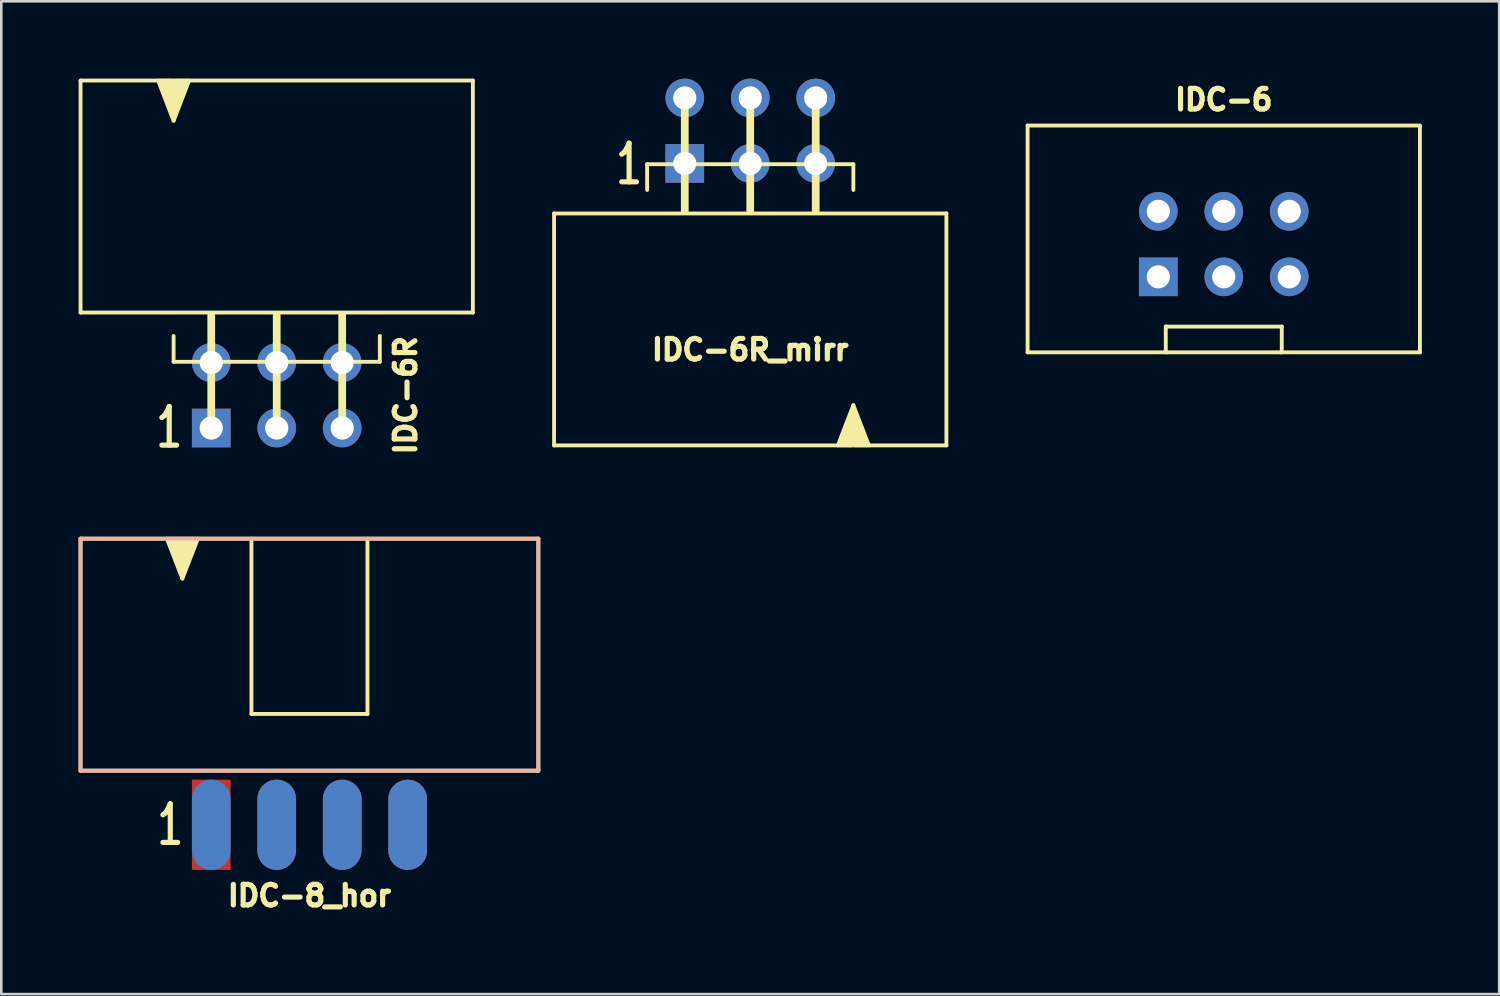
<source format=kicad_pcb>
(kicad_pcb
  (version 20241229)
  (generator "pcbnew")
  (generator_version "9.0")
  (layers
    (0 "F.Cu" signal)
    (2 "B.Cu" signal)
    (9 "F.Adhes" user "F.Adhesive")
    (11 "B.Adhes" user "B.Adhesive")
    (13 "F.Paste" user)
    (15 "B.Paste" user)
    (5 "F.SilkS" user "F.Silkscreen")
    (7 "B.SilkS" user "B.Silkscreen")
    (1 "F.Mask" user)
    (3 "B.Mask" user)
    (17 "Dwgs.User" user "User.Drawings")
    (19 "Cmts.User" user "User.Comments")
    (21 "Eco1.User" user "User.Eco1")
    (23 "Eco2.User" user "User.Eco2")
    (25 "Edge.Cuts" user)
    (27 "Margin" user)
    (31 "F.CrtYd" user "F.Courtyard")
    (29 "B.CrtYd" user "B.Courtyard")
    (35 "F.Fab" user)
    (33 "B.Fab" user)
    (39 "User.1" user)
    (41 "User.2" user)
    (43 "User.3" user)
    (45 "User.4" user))
  (footprint "IDC-6"
    (layer "F.Cu")
    (at 44.425 6.419)
    (property "Reference" "IDC-6" (at 0 -5.6 0) (layer "F.SilkS") (effects (font (size 0.8 0.8) (thickness 0.2))))
    (attr through_hole)
    (fp_line (start -7.61 4.2) (end -7.61 -4.6) (stroke (width 0.15) (type solid)) (layer "F.SilkS"))
    (fp_line (start -7.61 4.2) (end -2.2 4.2) (stroke (width 0.15) (type solid)) (layer "F.SilkS"))
    (fp_line (start -2.25 3.2) (end -2.25 4.2) (stroke (width 0.15) (type solid)) (layer "F.SilkS"))
    (fp_line (start 2.2 4.2) (end -2.2 4.2) (stroke (width 0.15) (type solid)) (layer "F.SilkS"))
    (fp_line (start 2.25 3.2) (end -2.25 3.2) (stroke (width 0.15) (type solid)) (layer "F.SilkS"))
    (fp_line (start 2.25 3.2) (end 2.25 4.2) (stroke (width 0.15) (type solid)) (layer "F.SilkS"))
    (fp_line (start 7.61 -4.6) (end -7.61 -4.6) (stroke (width 0.15) (type solid)) (layer "F.SilkS"))
    (fp_line (start 7.61 4.2) (end 2.2 4.2) (stroke (width 0.15) (type solid)) (layer "F.SilkS"))
    (fp_line (start 7.61 4.2) (end 7.61 -4.6) (stroke (width 0.15) (type solid)) (layer "F.SilkS"))
    (pad "1" thru_hole rect (at -2.54 1.27) (size 1.5 1.5) (drill 0.9) (layers "*.Cu" "*.Mask"))
    (pad "2" thru_hole circle (at -2.54 -1.27) (size 1.5 1.5) (drill 0.9) (layers "*.Cu" "*.Mask"))
    (pad "3" thru_hole circle (at 0 1.27) (size 1.5 1.5) (drill 0.9) (layers "*.Cu" "*.Mask"))
    (pad "4" thru_hole circle (at 0 -1.27) (size 1.5 1.5) (drill 0.9) (layers "*.Cu" "*.Mask"))
    (pad "5" thru_hole circle (at 2.54 1.27) (size 1.5 1.5) (drill 0.9) (layers "*.Cu" "*.Mask"))
    (pad "6" thru_hole circle (at 2.54 -1.27) (size 1.5 1.5) (drill 0.9) (layers "*.Cu" "*.Mask")))
  (footprint "IDC-8_hor"
    (layer "F.Cu")
    (at 8.955 28.947)
    (property "Reference" "IDC-8_hor" (at 0 2.75 0) (layer "F.SilkS") (effects (font (size 0.8 0.8) (thickness 0.2))))
    (attr through_hole)
    (fp_line (start -8.88 -11.1) (end -8.88 -2.1) (stroke (width 0.15) (type solid)) (layer "F.SilkS"))
    (fp_line (start -5.43 -11.1) (end -4.93 -9.75) (stroke (width 0.15) (type solid)) (layer "F.SilkS"))
    (fp_line (start -4.93 -11) (end -4.93 -11.1) (stroke (width 0.15) (type solid)) (layer "F.SilkS"))
    (fp_line (start -4.93 -10.75) (end -5.03 -11.1) (stroke (width 0.15) (type solid)) (layer "F.SilkS"))
    (fp_line (start -4.93 -10.45) (end -5.13 -11.1) (stroke (width 0.15) (type solid)) (layer "F.SilkS"))
    (fp_line (start -4.93 -10.15) (end -5.23 -11.1) (stroke (width 0.15) (type solid)) (layer "F.SilkS"))
    (fp_line (start -4.93 -9.95) (end -5.33 -11.1) (stroke (width 0.15) (type solid)) (layer "F.SilkS"))
    (fp_line (start -4.93 -9.75) (end -4.43 -11.1) (stroke (width 0.15) (type solid)) (layer "F.SilkS"))
    (fp_line (start -4.93 -9.55) (end -5.53 -11.1) (stroke (width 0.15) (type solid)) (layer "F.SilkS"))
    (fp_line (start -4.83 -11.1) (end -4.93 -10.75) (stroke (width 0.15) (type solid)) (layer "F.SilkS"))
    (fp_line (start -4.73 -11.1) (end -4.93 -10.45) (stroke (width 0.15) (type solid)) (layer "F.SilkS"))
    (fp_line (start -4.63 -11.1) (end -4.93 -10.15) (stroke (width 0.15) (type solid)) (layer "F.SilkS"))
    (fp_line (start -4.53 -11.1) (end -4.93 -9.95) (stroke (width 0.15) (type solid)) (layer "F.SilkS"))
    (fp_line (start -4.33 -11.1) (end -4.93 -9.55) (stroke (width 0.15) (type solid)) (layer "F.SilkS"))
    (fp_line (start -2.25 -11.1) (end -2.25 -4.3) (stroke (width 0.15) (type solid)) (layer "F.SilkS"))
    (fp_line (start -2.25 -4.3) (end 2.25 -4.3) (stroke (width 0.15) (type solid)) (layer "F.SilkS"))
    (fp_line (start 2.25 -11.1) (end 2.25 -4.3) (stroke (width 0.15) (type solid)) (layer "F.SilkS"))
    (fp_line (start 8.88 -11.1) (end -8.88 -11.1) (stroke (width 0.15) (type solid)) (layer "F.SilkS"))
    (fp_line (start 8.88 -11.1) (end 8.88 -2.1) (stroke (width 0.15) (type solid)) (layer "F.SilkS"))
    (fp_line (start 8.88 -2.1) (end -8.88 -2.1) (stroke (width 0.15) (type solid)) (layer "F.SilkS"))
    (fp_line (start -8.88 -11.1) (end -8.88 -2.1) (stroke (width 0.15) (type solid)) (layer "B.SilkS"))
    (fp_line (start -8.88 -2.1) (end 8.88 -2.1) (stroke (width 0.15) (type solid)) (layer "B.SilkS"))
    (fp_line (start 8.88 -11.1) (end -8.88 -11.1) (stroke (width 0.15) (type solid)) (layer "B.SilkS"))
    (fp_line (start 8.88 -2.1) (end 8.88 -11.1) (stroke (width 0.15) (type solid)) (layer "B.SilkS"))
    (fp_text user "1" (at -5.4 0 0) (layer "F.SilkS") (effects (font (size 1.5 1) (thickness 0.2))))
    (pad "1" smd rect (at -3.81 0) (size 1.5 3.5) (layers "F.Cu" "F.Mask" "F.Paste"))
    (pad "2" smd oval (at -3.81 0) (size 1.5 3.5) (layers "B.Cu" "B.Mask" "B.Paste"))
    (pad "3" smd oval (at -1.27 0) (size 1.5 3.5) (layers "F.Cu" "F.Mask" "F.Paste"))
    (pad "4" smd oval (at -1.27 0) (size 1.5 3.5) (layers "B.Cu" "B.Mask" "B.Paste"))
    (pad "5" smd oval (at 1.27 0) (size 1.5 3.5) (layers "F.Cu" "F.Mask" "F.Paste"))
    (pad "6" smd oval (at 1.27 0) (size 1.5 3.5) (layers "B.Cu" "B.Mask" "B.Paste"))
    (pad "7" smd oval (at 3.81 0) (size 1.5 3.5) (layers "F.Cu" "F.Mask" "F.Paste"))
    (pad "8" smd oval (at 3.81 0) (size 1.5 3.5) (layers "B.Cu" "B.Mask" "B.Paste")))
  (footprint "IDC-6R_mirr"
    (layer "F.Cu")
    (at 26.055 2.02)
    (property "Reference" "IDC-6R_mirr" (at 0 8.5 180) (layer "F.SilkS") (effects (font (size 0.8 0.8) (thickness 0.2))))
    (attr through_hole)
    (fp_line (start -7.61 3.21) (end 7.61 3.21) (stroke (width 0.15) (type solid)) (layer "F.SilkS"))
    (fp_line (start -7.61 12.21) (end -7.61 3.21) (stroke (width 0.15) (type solid)) (layer "F.SilkS"))
    (fp_line (start -7.61 12.21) (end 7.61 12.21) (stroke (width 0.15) (type solid)) (layer "F.SilkS"))
    (fp_line (start -4 1.3) (end -4 2.3) (stroke (width 0.15) (type default)) (layer "F.SilkS"))
    (fp_line (start -2.54 -1.27) (end -2.54 3.1) (stroke (width 0.3) (type solid)) (layer "F.SilkS"))
    (fp_line (start 0 -1.27) (end 0 3.1) (stroke (width 0.3) (type solid)) (layer "F.SilkS"))
    (fp_line (start 2.54 -1.27) (end 2.54 3.1) (stroke (width 0.3) (type solid)) (layer "F.SilkS"))
    (fp_line (start 3.4 12.21) (end 4 10.65) (stroke (width 0.15) (type solid)) (layer "F.SilkS"))
    (fp_line (start 3.6 12.21) (end 4 11.05) (stroke (width 0.15) (type solid)) (layer "F.SilkS"))
    (fp_line (start 3.7 12.21) (end 4 11.25) (stroke (width 0.15) (type solid)) (layer "F.SilkS"))
    (fp_line (start 3.8 12.21) (end 4 11.55) (stroke (width 0.15) (type solid)) (layer "F.SilkS"))
    (fp_line (start 3.9 12.21) (end 4 11.85) (stroke (width 0.15) (type solid)) (layer "F.SilkS"))
    (fp_line (start 4 1.3) (end -4 1.3) (stroke (width 0.15) (type default)) (layer "F.SilkS"))
    (fp_line (start 4 1.3) (end 4 2.3) (stroke (width 0.15) (type default)) (layer "F.SilkS"))
    (fp_line (start 4 10.65) (end 4.6 12.21) (stroke (width 0.15) (type solid)) (layer "F.SilkS"))
    (fp_line (start 4 10.85) (end 3.5 12.21) (stroke (width 0.15) (type solid)) (layer "F.SilkS"))
    (fp_line (start 4 11.05) (end 4.4 12.21) (stroke (width 0.15) (type solid)) (layer "F.SilkS"))
    (fp_line (start 4 11.25) (end 4.3 12.21) (stroke (width 0.15) (type solid)) (layer "F.SilkS"))
    (fp_line (start 4 11.55) (end 4.2 12.21) (stroke (width 0.15) (type solid)) (layer "F.SilkS"))
    (fp_line (start 4 11.85) (end 4.1 12.21) (stroke (width 0.15) (type solid)) (layer "F.SilkS"))
    (fp_line (start 4 12.1) (end 4 12.2) (stroke (width 0.15) (type solid)) (layer "F.SilkS"))
    (fp_line (start 4.5 12.21) (end 4 10.85) (stroke (width 0.15) (type solid)) (layer "F.SilkS"))
    (fp_line (start 7.61 12.21) (end 7.61 3.21) (stroke (width 0.15) (type solid)) (layer "F.SilkS"))
    (fp_text user "1" (at -4.7 1.3 0) (layer "F.SilkS") (effects (font (size 1.5 1) (thickness 0.2))))
    (pad "1" thru_hole rect (at -2.54 1.27) (size 1.5 1.5) (drill 0.9) (layers "*.Cu" "*.Mask"))
    (pad "2" thru_hole circle (at -2.54 -1.27) (size 1.5 1.5) (drill 0.9) (layers "*.Cu" "*.Mask"))
    (pad "3" thru_hole circle (at 0 1.27) (size 1.5 1.5) (drill 0.9) (layers "*.Cu" "*.Mask"))
    (pad "4" thru_hole circle (at 0 -1.27) (size 1.5 1.5) (drill 0.9) (layers "*.Cu" "*.Mask"))
    (pad "5" thru_hole circle (at 2.54 1.27) (size 1.5 1.5) (drill 0.9) (layers "*.Cu" "*.Mask"))
    (pad "6" thru_hole circle (at 2.54 -1.27) (size 1.5 1.5) (drill 0.9) (layers "*.Cu" "*.Mask")))
  (footprint "IDC-6R"
    (layer "F.Cu")
    (at 7.685 12.285)
    (property "Reference" "IDC-6R" (at 5 0 90) (layer "F.SilkS") (effects (font (size 0.8 0.8) (thickness 0.2))))
    (attr through_hole)
    (fp_line (start -7.61 -12.21) (end -7.61 -3.21) (stroke (width 0.15) (type solid)) (layer "F.SilkS"))
    (fp_line (start -4.5 -12.21) (end -4 -10.85) (stroke (width 0.15) (type solid)) (layer "F.SilkS"))
    (fp_line (start -4 -12.1) (end -4 -12.2) (stroke (width 0.15) (type solid)) (layer "F.SilkS"))
    (fp_line (start -4 -11.85) (end -4.1 -12.21) (stroke (width 0.15) (type solid)) (layer "F.SilkS"))
    (fp_line (start -4 -11.55) (end -4.2 -12.21) (stroke (width 0.15) (type solid)) (layer "F.SilkS"))
    (fp_line (start -4 -11.25) (end -4.3 -12.21) (stroke (width 0.15) (type solid)) (layer "F.SilkS"))
    (fp_line (start -4 -11.05) (end -4.4 -12.21) (stroke (width 0.15) (type solid)) (layer "F.SilkS"))
    (fp_line (start -4 -10.85) (end -3.5 -12.21) (stroke (width 0.15) (type solid)) (layer "F.SilkS"))
    (fp_line (start -4 -10.65) (end -4.6 -12.21) (stroke (width 0.15) (type solid)) (layer "F.SilkS"))
    (fp_line (start -4 -1.3) (end -4 -2.3) (stroke (width 0.15) (type default)) (layer "F.SilkS"))
    (fp_line (start -3.9 -12.21) (end -4 -11.85) (stroke (width 0.15) (type solid)) (layer "F.SilkS"))
    (fp_line (start -3.8 -12.21) (end -4 -11.55) (stroke (width 0.15) (type solid)) (layer "F.SilkS"))
    (fp_line (start -3.7 -12.21) (end -4 -11.25) (stroke (width 0.15) (type solid)) (layer "F.SilkS"))
    (fp_line (start -3.6 -12.21) (end -4 -11.05) (stroke (width 0.15) (type solid)) (layer "F.SilkS"))
    (fp_line (start -3.4 -12.21) (end -4 -10.65) (stroke (width 0.15) (type solid)) (layer "F.SilkS"))
    (fp_line (start -2.54 1.27) (end -2.54 -3.1) (stroke (width 0.3) (type solid)) (layer "F.SilkS"))
    (fp_line (start 0 1.27) (end 0 -3.1) (stroke (width 0.3) (type solid)) (layer "F.SilkS"))
    (fp_line (start 2.54 1.27) (end 2.54 -3.1) (stroke (width 0.3) (type solid)) (layer "F.SilkS"))
    (fp_line (start 4 -1.3) (end -4 -1.3) (stroke (width 0.15) (type solid)) (layer "F.SilkS"))
    (fp_line (start 4 -1.3) (end 4 -2.3) (stroke (width 0.15) (type default)) (layer "F.SilkS"))
    (fp_line (start 7.61 -12.21) (end -7.61 -12.21) (stroke (width 0.15) (type solid)) (layer "F.SilkS"))
    (fp_line (start 7.61 -12.21) (end 7.61 -3.21) (stroke (width 0.15) (type solid)) (layer "F.SilkS"))
    (fp_line (start 7.61 -3.21) (end -7.61 -3.21) (stroke (width 0.15) (type solid)) (layer "F.SilkS"))
    (fp_text user "1" (at -4.17 1.25 0) (layer "F.SilkS") (effects (font (size 1.5 1) (thickness 0.2))))
    (pad "1" thru_hole rect (at -2.54 1.27) (size 1.5 1.5) (drill 0.9) (layers "*.Cu" "*.Mask"))
    (pad "2" thru_hole circle (at -2.54 -1.27) (size 1.5 1.5) (drill 0.9) (layers "*.Cu" "*.Mask"))
    (pad "3" thru_hole circle (at 0 1.27) (size 1.5 1.5) (drill 0.9) (layers "*.Cu" "*.Mask"))
    (pad "4" thru_hole circle (at 0 -1.27) (size 1.5 1.5) (drill 0.9) (layers "*.Cu" "*.Mask"))
    (pad "5" thru_hole circle (at 2.54 1.27) (size 1.5 1.5) (drill 0.9) (layers "*.Cu" "*.Mask"))
    (pad "6" thru_hole circle (at 2.54 -1.27) (size 1.5 1.5) (drill 0.9) (layers "*.Cu" "*.Mask")))
  (gr_rect
    (start -3 -3)
    (end 55.11 35.516)
    (stroke (width 0.1) (type default))
    (fill no)
    (layer "Edge.Cuts")))
</source>
